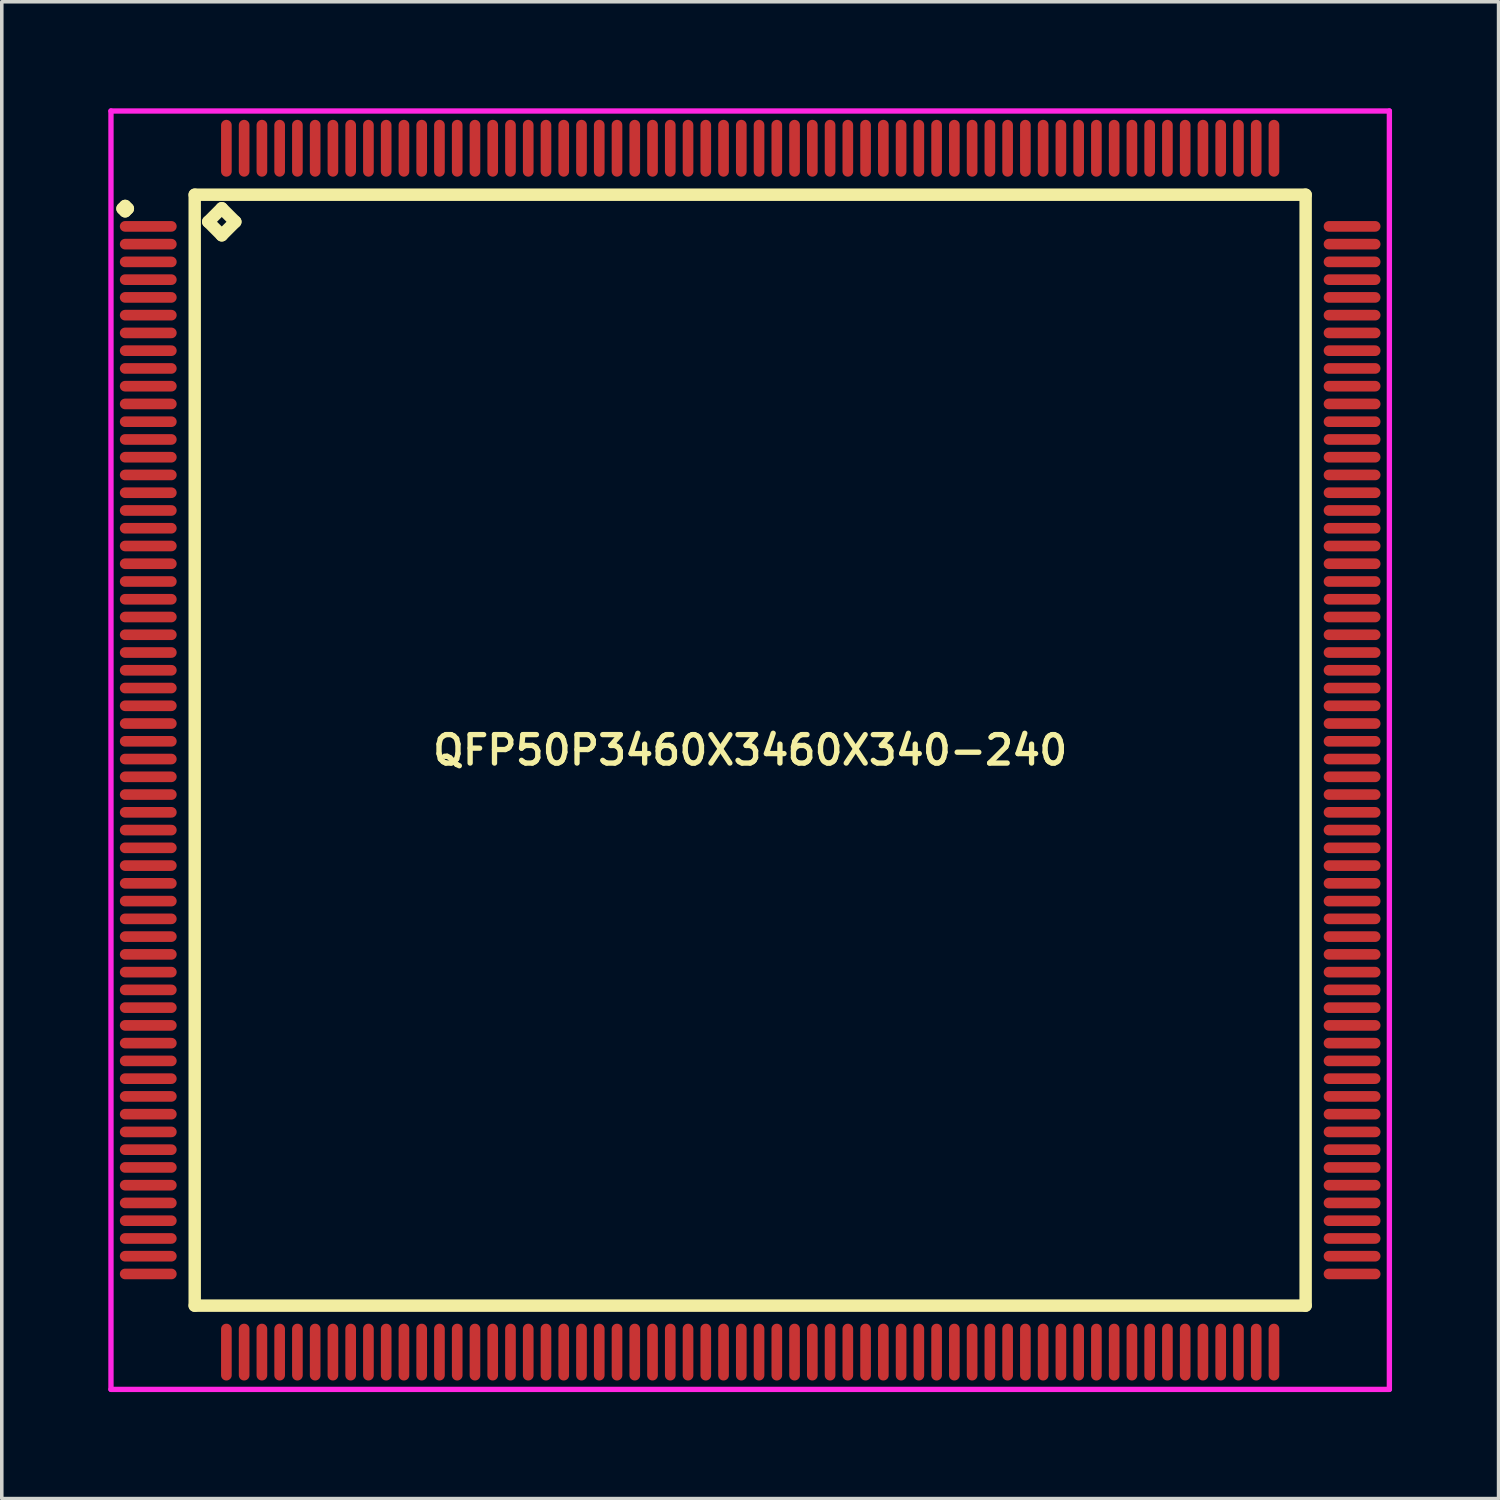
<source format=kicad_pcb>
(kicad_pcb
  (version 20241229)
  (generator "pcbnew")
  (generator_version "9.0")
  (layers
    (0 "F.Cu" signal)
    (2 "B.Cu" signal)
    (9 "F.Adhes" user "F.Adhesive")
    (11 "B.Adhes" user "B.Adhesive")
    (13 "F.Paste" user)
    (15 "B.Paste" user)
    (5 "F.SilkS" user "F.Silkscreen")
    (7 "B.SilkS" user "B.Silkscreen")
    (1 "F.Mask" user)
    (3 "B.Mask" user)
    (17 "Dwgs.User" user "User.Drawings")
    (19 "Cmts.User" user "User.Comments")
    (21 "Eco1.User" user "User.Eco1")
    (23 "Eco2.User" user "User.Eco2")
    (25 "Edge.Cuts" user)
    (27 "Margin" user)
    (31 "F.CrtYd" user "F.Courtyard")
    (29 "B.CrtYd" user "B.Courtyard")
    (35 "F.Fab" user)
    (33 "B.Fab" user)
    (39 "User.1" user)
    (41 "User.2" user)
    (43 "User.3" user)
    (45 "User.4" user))
  (footprint "QFP50P3460X3460X340-240"
    (layer "F.Cu")
    (at 18.075 18.075)
    (property "Reference" "QFP50P3460X3460X340-240" (at 0 0 0) (layer "F.SilkS") (effects (font (size 0.8 0.8) (thickness 0.15))))
    (attr smd)
    (fp_line (start -17.675 -15.25) (end -17.6 -15.325) (stroke (width 0.35) (type solid)) (layer "F.SilkS"))
    (fp_line (start -17.6 -15.325) (end -17.525 -15.25) (stroke (width 0.35) (type solid)) (layer "F.SilkS"))
    (fp_line (start -17.6 -15.175) (end -17.675 -15.25) (stroke (width 0.35) (type solid)) (layer "F.SilkS"))
    (fp_line (start -17.525 -15.25) (end -17.6 -15.175) (stroke (width 0.35) (type solid)) (layer "F.SilkS"))
    (fp_line (start -15.642 -15.642) (end -15.642 15.642) (stroke (width 0.35) (type solid)) (layer "F.SilkS"))
    (fp_line (start -15.642 15.642) (end 15.642 15.642) (stroke (width 0.35) (type solid)) (layer "F.SilkS"))
    (fp_line (start -15.261 -14.88) (end -14.88 -15.261) (stroke (width 0.35) (type solid)) (layer "F.SilkS"))
    (fp_line (start -14.88 -15.261) (end -14.499 -14.88) (stroke (width 0.35) (type solid)) (layer "F.SilkS"))
    (fp_line (start -14.88 -14.499) (end -15.261 -14.88) (stroke (width 0.35) (type solid)) (layer "F.SilkS"))
    (fp_line (start -14.499 -14.88) (end -14.88 -14.499) (stroke (width 0.35) (type solid)) (layer "F.SilkS"))
    (fp_line (start 15.642 -15.642) (end -15.642 -15.642) (stroke (width 0.35) (type solid)) (layer "F.SilkS"))
    (fp_line (start 15.642 15.642) (end 15.642 -15.642) (stroke (width 0.35) (type solid)) (layer "F.SilkS"))
    (fp_line (start -18 -18) (end 18 -18) (stroke (width 0.15) (type solid)) (layer "F.CrtYd"))
    (fp_line (start -18 18) (end -18 -18) (stroke (width 0.15) (type solid)) (layer "F.CrtYd"))
    (fp_line (start 18 -18) (end 18 18) (stroke (width 0.15) (type solid)) (layer "F.CrtYd"))
    (fp_line (start 18 18) (end -18 18) (stroke (width 0.15) (type solid)) (layer "F.CrtYd"))
    (pad "1" smd oval (at -16.95 -14.75) (size 1.6 0.3) (layers "F.Cu" "F.Mask" "F.Paste"))
    (pad "2" smd oval (at -16.95 -14.25) (size 1.6 0.3) (layers "F.Cu" "F.Mask" "F.Paste"))
    (pad "3" smd oval (at -16.95 -13.75) (size 1.6 0.3) (layers "F.Cu" "F.Mask" "F.Paste"))
    (pad "4" smd oval (at -16.95 -13.25) (size 1.6 0.3) (layers "F.Cu" "F.Mask" "F.Paste"))
    (pad "5" smd oval (at -16.95 -12.75) (size 1.6 0.3) (layers "F.Cu" "F.Mask" "F.Paste"))
    (pad "6" smd oval (at -16.95 -12.25) (size 1.6 0.3) (layers "F.Cu" "F.Mask" "F.Paste"))
    (pad "7" smd oval (at -16.95 -11.75) (size 1.6 0.3) (layers "F.Cu" "F.Mask" "F.Paste"))
    (pad "8" smd oval (at -16.95 -11.25) (size 1.6 0.3) (layers "F.Cu" "F.Mask" "F.Paste"))
    (pad "9" smd oval (at -16.95 -10.75) (size 1.6 0.3) (layers "F.Cu" "F.Mask" "F.Paste"))
    (pad "10" smd oval (at -16.95 -10.25) (size 1.6 0.3) (layers "F.Cu" "F.Mask" "F.Paste"))
    (pad "11" smd oval (at -16.95 -9.75) (size 1.6 0.3) (layers "F.Cu" "F.Mask" "F.Paste"))
    (pad "12" smd oval (at -16.95 -9.25) (size 1.6 0.3) (layers "F.Cu" "F.Mask" "F.Paste"))
    (pad "13" smd oval (at -16.95 -8.75) (size 1.6 0.3) (layers "F.Cu" "F.Mask" "F.Paste"))
    (pad "14" smd oval (at -16.95 -8.25) (size 1.6 0.3) (layers "F.Cu" "F.Mask" "F.Paste"))
    (pad "15" smd oval (at -16.95 -7.75) (size 1.6 0.3) (layers "F.Cu" "F.Mask" "F.Paste"))
    (pad "16" smd oval (at -16.95 -7.25) (size 1.6 0.3) (layers "F.Cu" "F.Mask" "F.Paste"))
    (pad "17" smd oval (at -16.95 -6.75) (size 1.6 0.3) (layers "F.Cu" "F.Mask" "F.Paste"))
    (pad "18" smd oval (at -16.95 -6.25) (size 1.6 0.3) (layers "F.Cu" "F.Mask" "F.Paste"))
    (pad "19" smd oval (at -16.95 -5.75) (size 1.6 0.3) (layers "F.Cu" "F.Mask" "F.Paste"))
    (pad "20" smd oval (at -16.95 -5.25) (size 1.6 0.3) (layers "F.Cu" "F.Mask" "F.Paste"))
    (pad "21" smd oval (at -16.95 -4.75) (size 1.6 0.3) (layers "F.Cu" "F.Mask" "F.Paste"))
    (pad "22" smd oval (at -16.95 -4.25) (size 1.6 0.3) (layers "F.Cu" "F.Mask" "F.Paste"))
    (pad "23" smd oval (at -16.95 -3.75) (size 1.6 0.3) (layers "F.Cu" "F.Mask" "F.Paste"))
    (pad "24" smd oval (at -16.95 -3.25) (size 1.6 0.3) (layers "F.Cu" "F.Mask" "F.Paste"))
    (pad "25" smd oval (at -16.95 -2.75) (size 1.6 0.3) (layers "F.Cu" "F.Mask" "F.Paste"))
    (pad "26" smd oval (at -16.95 -2.25) (size 1.6 0.3) (layers "F.Cu" "F.Mask" "F.Paste"))
    (pad "27" smd oval (at -16.95 -1.75) (size 1.6 0.3) (layers "F.Cu" "F.Mask" "F.Paste"))
    (pad "28" smd oval (at -16.95 -1.25) (size 1.6 0.3) (layers "F.Cu" "F.Mask" "F.Paste"))
    (pad "29" smd oval (at -16.95 -0.75) (size 1.6 0.3) (layers "F.Cu" "F.Mask" "F.Paste"))
    (pad "30" smd oval (at -16.95 -0.25) (size 1.6 0.3) (layers "F.Cu" "F.Mask" "F.Paste"))
    (pad "31" smd oval (at -16.95 0.25) (size 1.6 0.3) (layers "F.Cu" "F.Mask" "F.Paste"))
    (pad "32" smd oval (at -16.95 0.75) (size 1.6 0.3) (layers "F.Cu" "F.Mask" "F.Paste"))
    (pad "33" smd oval (at -16.95 1.25) (size 1.6 0.3) (layers "F.Cu" "F.Mask" "F.Paste"))
    (pad "34" smd oval (at -16.95 1.75) (size 1.6 0.3) (layers "F.Cu" "F.Mask" "F.Paste"))
    (pad "35" smd oval (at -16.95 2.25) (size 1.6 0.3) (layers "F.Cu" "F.Mask" "F.Paste"))
    (pad "36" smd oval (at -16.95 2.75) (size 1.6 0.3) (layers "F.Cu" "F.Mask" "F.Paste"))
    (pad "37" smd oval (at -16.95 3.25) (size 1.6 0.3) (layers "F.Cu" "F.Mask" "F.Paste"))
    (pad "38" smd oval (at -16.95 3.75) (size 1.6 0.3) (layers "F.Cu" "F.Mask" "F.Paste"))
    (pad "39" smd oval (at -16.95 4.25) (size 1.6 0.3) (layers "F.Cu" "F.Mask" "F.Paste"))
    (pad "40" smd oval (at -16.95 4.75) (size 1.6 0.3) (layers "F.Cu" "F.Mask" "F.Paste"))
    (pad "41" smd oval (at -16.95 5.25) (size 1.6 0.3) (layers "F.Cu" "F.Mask" "F.Paste"))
    (pad "42" smd oval (at -16.95 5.75) (size 1.6 0.3) (layers "F.Cu" "F.Mask" "F.Paste"))
    (pad "43" smd oval (at -16.95 6.25) (size 1.6 0.3) (layers "F.Cu" "F.Mask" "F.Paste"))
    (pad "44" smd oval (at -16.95 6.75) (size 1.6 0.3) (layers "F.Cu" "F.Mask" "F.Paste"))
    (pad "45" smd oval (at -16.95 7.25) (size 1.6 0.3) (layers "F.Cu" "F.Mask" "F.Paste"))
    (pad "46" smd oval (at -16.95 7.75) (size 1.6 0.3) (layers "F.Cu" "F.Mask" "F.Paste"))
    (pad "47" smd oval (at -16.95 8.25) (size 1.6 0.3) (layers "F.Cu" "F.Mask" "F.Paste"))
    (pad "48" smd oval (at -16.95 8.75) (size 1.6 0.3) (layers "F.Cu" "F.Mask" "F.Paste"))
    (pad "49" smd oval (at -16.95 9.25) (size 1.6 0.3) (layers "F.Cu" "F.Mask" "F.Paste"))
    (pad "50" smd oval (at -16.95 9.75) (size 1.6 0.3) (layers "F.Cu" "F.Mask" "F.Paste"))
    (pad "51" smd oval (at -16.95 10.25) (size 1.6 0.3) (layers "F.Cu" "F.Mask" "F.Paste"))
    (pad "52" smd oval (at -16.95 10.75) (size 1.6 0.3) (layers "F.Cu" "F.Mask" "F.Paste"))
    (pad "53" smd oval (at -16.95 11.25) (size 1.6 0.3) (layers "F.Cu" "F.Mask" "F.Paste"))
    (pad "54" smd oval (at -16.95 11.75) (size 1.6 0.3) (layers "F.Cu" "F.Mask" "F.Paste"))
    (pad "55" smd oval (at -16.95 12.25) (size 1.6 0.3) (layers "F.Cu" "F.Mask" "F.Paste"))
    (pad "56" smd oval (at -16.95 12.75) (size 1.6 0.3) (layers "F.Cu" "F.Mask" "F.Paste"))
    (pad "57" smd oval (at -16.95 13.25) (size 1.6 0.3) (layers "F.Cu" "F.Mask" "F.Paste"))
    (pad "58" smd oval (at -16.95 13.75) (size 1.6 0.3) (layers "F.Cu" "F.Mask" "F.Paste"))
    (pad "59" smd oval (at -16.95 14.25) (size 1.6 0.3) (layers "F.Cu" "F.Mask" "F.Paste"))
    (pad "60" smd oval (at -16.95 14.75) (size 1.6 0.3) (layers "F.Cu" "F.Mask" "F.Paste"))
    (pad "61" smd oval (at -14.75 16.95) (size 0.3 1.6) (layers "F.Cu" "F.Mask" "F.Paste"))
    (pad "62" smd oval (at -14.25 16.95) (size 0.3 1.6) (layers "F.Cu" "F.Mask" "F.Paste"))
    (pad "63" smd oval (at -13.75 16.95) (size 0.3 1.6) (layers "F.Cu" "F.Mask" "F.Paste"))
    (pad "64" smd oval (at -13.25 16.95) (size 0.3 1.6) (layers "F.Cu" "F.Mask" "F.Paste"))
    (pad "65" smd oval (at -12.75 16.95) (size 0.3 1.6) (layers "F.Cu" "F.Mask" "F.Paste"))
    (pad "66" smd oval (at -12.25 16.95) (size 0.3 1.6) (layers "F.Cu" "F.Mask" "F.Paste"))
    (pad "67" smd oval (at -11.75 16.95) (size 0.3 1.6) (layers "F.Cu" "F.Mask" "F.Paste"))
    (pad "68" smd oval (at -11.25 16.95) (size 0.3 1.6) (layers "F.Cu" "F.Mask" "F.Paste"))
    (pad "69" smd oval (at -10.75 16.95) (size 0.3 1.6) (layers "F.Cu" "F.Mask" "F.Paste"))
    (pad "70" smd oval (at -10.25 16.95) (size 0.3 1.6) (layers "F.Cu" "F.Mask" "F.Paste"))
    (pad "71" smd oval (at -9.75 16.95) (size 0.3 1.6) (layers "F.Cu" "F.Mask" "F.Paste"))
    (pad "72" smd oval (at -9.25 16.95) (size 0.3 1.6) (layers "F.Cu" "F.Mask" "F.Paste"))
    (pad "73" smd oval (at -8.75 16.95) (size 0.3 1.6) (layers "F.Cu" "F.Mask" "F.Paste"))
    (pad "74" smd oval (at -8.25 16.95) (size 0.3 1.6) (layers "F.Cu" "F.Mask" "F.Paste"))
    (pad "75" smd oval (at -7.75 16.95) (size 0.3 1.6) (layers "F.Cu" "F.Mask" "F.Paste"))
    (pad "76" smd oval (at -7.25 16.95) (size 0.3 1.6) (layers "F.Cu" "F.Mask" "F.Paste"))
    (pad "77" smd oval (at -6.75 16.95) (size 0.3 1.6) (layers "F.Cu" "F.Mask" "F.Paste"))
    (pad "78" smd oval (at -6.25 16.95) (size 0.3 1.6) (layers "F.Cu" "F.Mask" "F.Paste"))
    (pad "79" smd oval (at -5.75 16.95) (size 0.3 1.6) (layers "F.Cu" "F.Mask" "F.Paste"))
    (pad "80" smd oval (at -5.25 16.95) (size 0.3 1.6) (layers "F.Cu" "F.Mask" "F.Paste"))
    (pad "81" smd oval (at -4.75 16.95) (size 0.3 1.6) (layers "F.Cu" "F.Mask" "F.Paste"))
    (pad "82" smd oval (at -4.25 16.95) (size 0.3 1.6) (layers "F.Cu" "F.Mask" "F.Paste"))
    (pad "83" smd oval (at -3.75 16.95) (size 0.3 1.6) (layers "F.Cu" "F.Mask" "F.Paste"))
    (pad "84" smd oval (at -3.25 16.95) (size 0.3 1.6) (layers "F.Cu" "F.Mask" "F.Paste"))
    (pad "85" smd oval (at -2.75 16.95) (size 0.3 1.6) (layers "F.Cu" "F.Mask" "F.Paste"))
    (pad "86" smd oval (at -2.25 16.95) (size 0.3 1.6) (layers "F.Cu" "F.Mask" "F.Paste"))
    (pad "87" smd oval (at -1.75 16.95) (size 0.3 1.6) (layers "F.Cu" "F.Mask" "F.Paste"))
    (pad "88" smd oval (at -1.25 16.95) (size 0.3 1.6) (layers "F.Cu" "F.Mask" "F.Paste"))
    (pad "89" smd oval (at -0.75 16.95) (size 0.3 1.6) (layers "F.Cu" "F.Mask" "F.Paste"))
    (pad "90" smd oval (at -0.25 16.95) (size 0.3 1.6) (layers "F.Cu" "F.Mask" "F.Paste"))
    (pad "91" smd oval (at 0.25 16.95) (size 0.3 1.6) (layers "F.Cu" "F.Mask" "F.Paste"))
    (pad "92" smd oval (at 0.75 16.95) (size 0.3 1.6) (layers "F.Cu" "F.Mask" "F.Paste"))
    (pad "93" smd oval (at 1.25 16.95) (size 0.3 1.6) (layers "F.Cu" "F.Mask" "F.Paste"))
    (pad "94" smd oval (at 1.75 16.95) (size 0.3 1.6) (layers "F.Cu" "F.Mask" "F.Paste"))
    (pad "95" smd oval (at 2.25 16.95) (size 0.3 1.6) (layers "F.Cu" "F.Mask" "F.Paste"))
    (pad "96" smd oval (at 2.75 16.95) (size 0.3 1.6) (layers "F.Cu" "F.Mask" "F.Paste"))
    (pad "97" smd oval (at 3.25 16.95) (size 0.3 1.6) (layers "F.Cu" "F.Mask" "F.Paste"))
    (pad "98" smd oval (at 3.75 16.95) (size 0.3 1.6) (layers "F.Cu" "F.Mask" "F.Paste"))
    (pad "99" smd oval (at 4.25 16.95) (size 0.3 1.6) (layers "F.Cu" "F.Mask" "F.Paste"))
    (pad "100" smd oval (at 4.75 16.95) (size 0.3 1.6) (layers "F.Cu" "F.Mask" "F.Paste"))
    (pad "101" smd oval (at 5.25 16.95) (size 0.3 1.6) (layers "F.Cu" "F.Mask" "F.Paste"))
    (pad "102" smd oval (at 5.75 16.95) (size 0.3 1.6) (layers "F.Cu" "F.Mask" "F.Paste"))
    (pad "103" smd oval (at 6.25 16.95) (size 0.3 1.6) (layers "F.Cu" "F.Mask" "F.Paste"))
    (pad "104" smd oval (at 6.75 16.95) (size 0.3 1.6) (layers "F.Cu" "F.Mask" "F.Paste"))
    (pad "105" smd oval (at 7.25 16.95) (size 0.3 1.6) (layers "F.Cu" "F.Mask" "F.Paste"))
    (pad "106" smd oval (at 7.75 16.95) (size 0.3 1.6) (layers "F.Cu" "F.Mask" "F.Paste"))
    (pad "107" smd oval (at 8.25 16.95) (size 0.3 1.6) (layers "F.Cu" "F.Mask" "F.Paste"))
    (pad "108" smd oval (at 8.75 16.95) (size 0.3 1.6) (layers "F.Cu" "F.Mask" "F.Paste"))
    (pad "109" smd oval (at 9.25 16.95) (size 0.3 1.6) (layers "F.Cu" "F.Mask" "F.Paste"))
    (pad "110" smd oval (at 9.75 16.95) (size 0.3 1.6) (layers "F.Cu" "F.Mask" "F.Paste"))
    (pad "111" smd oval (at 10.25 16.95) (size 0.3 1.6) (layers "F.Cu" "F.Mask" "F.Paste"))
    (pad "112" smd oval (at 10.75 16.95) (size 0.3 1.6) (layers "F.Cu" "F.Mask" "F.Paste"))
    (pad "113" smd oval (at 11.25 16.95) (size 0.3 1.6) (layers "F.Cu" "F.Mask" "F.Paste"))
    (pad "114" smd oval (at 11.75 16.95) (size 0.3 1.6) (layers "F.Cu" "F.Mask" "F.Paste"))
    (pad "115" smd oval (at 12.25 16.95) (size 0.3 1.6) (layers "F.Cu" "F.Mask" "F.Paste"))
    (pad "116" smd oval (at 12.75 16.95) (size 0.3 1.6) (layers "F.Cu" "F.Mask" "F.Paste"))
    (pad "117" smd oval (at 13.25 16.95) (size 0.3 1.6) (layers "F.Cu" "F.Mask" "F.Paste"))
    (pad "118" smd oval (at 13.75 16.95) (size 0.3 1.6) (layers "F.Cu" "F.Mask" "F.Paste"))
    (pad "119" smd oval (at 14.25 16.95) (size 0.3 1.6) (layers "F.Cu" "F.Mask" "F.Paste"))
    (pad "120" smd oval (at 14.75 16.95) (size 0.3 1.6) (layers "F.Cu" "F.Mask" "F.Paste"))
    (pad "121" smd oval (at 16.95 14.75) (size 1.6 0.3) (layers "F.Cu" "F.Mask" "F.Paste"))
    (pad "122" smd oval (at 16.95 14.25) (size 1.6 0.3) (layers "F.Cu" "F.Mask" "F.Paste"))
    (pad "123" smd oval (at 16.95 13.75) (size 1.6 0.3) (layers "F.Cu" "F.Mask" "F.Paste"))
    (pad "124" smd oval (at 16.95 13.25) (size 1.6 0.3) (layers "F.Cu" "F.Mask" "F.Paste"))
    (pad "125" smd oval (at 16.95 12.75) (size 1.6 0.3) (layers "F.Cu" "F.Mask" "F.Paste"))
    (pad "126" smd oval (at 16.95 12.25) (size 1.6 0.3) (layers "F.Cu" "F.Mask" "F.Paste"))
    (pad "127" smd oval (at 16.95 11.75) (size 1.6 0.3) (layers "F.Cu" "F.Mask" "F.Paste"))
    (pad "128" smd oval (at 16.95 11.25) (size 1.6 0.3) (layers "F.Cu" "F.Mask" "F.Paste"))
    (pad "129" smd oval (at 16.95 10.75) (size 1.6 0.3) (layers "F.Cu" "F.Mask" "F.Paste"))
    (pad "130" smd oval (at 16.95 10.25) (size 1.6 0.3) (layers "F.Cu" "F.Mask" "F.Paste"))
    (pad "131" smd oval (at 16.95 9.75) (size 1.6 0.3) (layers "F.Cu" "F.Mask" "F.Paste"))
    (pad "132" smd oval (at 16.95 9.25) (size 1.6 0.3) (layers "F.Cu" "F.Mask" "F.Paste"))
    (pad "133" smd oval (at 16.95 8.75) (size 1.6 0.3) (layers "F.Cu" "F.Mask" "F.Paste"))
    (pad "134" smd oval (at 16.95 8.25) (size 1.6 0.3) (layers "F.Cu" "F.Mask" "F.Paste"))
    (pad "135" smd oval (at 16.95 7.75) (size 1.6 0.3) (layers "F.Cu" "F.Mask" "F.Paste"))
    (pad "136" smd oval (at 16.95 7.25) (size 1.6 0.3) (layers "F.Cu" "F.Mask" "F.Paste"))
    (pad "137" smd oval (at 16.95 6.75) (size 1.6 0.3) (layers "F.Cu" "F.Mask" "F.Paste"))
    (pad "138" smd oval (at 16.95 6.25) (size 1.6 0.3) (layers "F.Cu" "F.Mask" "F.Paste"))
    (pad "139" smd oval (at 16.95 5.75) (size 1.6 0.3) (layers "F.Cu" "F.Mask" "F.Paste"))
    (pad "140" smd oval (at 16.95 5.25) (size 1.6 0.3) (layers "F.Cu" "F.Mask" "F.Paste"))
    (pad "141" smd oval (at 16.95 4.75) (size 1.6 0.3) (layers "F.Cu" "F.Mask" "F.Paste"))
    (pad "142" smd oval (at 16.95 4.25) (size 1.6 0.3) (layers "F.Cu" "F.Mask" "F.Paste"))
    (pad "143" smd oval (at 16.95 3.75) (size 1.6 0.3) (layers "F.Cu" "F.Mask" "F.Paste"))
    (pad "144" smd oval (at 16.95 3.25) (size 1.6 0.3) (layers "F.Cu" "F.Mask" "F.Paste"))
    (pad "145" smd oval (at 16.95 2.75) (size 1.6 0.3) (layers "F.Cu" "F.Mask" "F.Paste"))
    (pad "146" smd oval (at 16.95 2.25) (size 1.6 0.3) (layers "F.Cu" "F.Mask" "F.Paste"))
    (pad "147" smd oval (at 16.95 1.75) (size 1.6 0.3) (layers "F.Cu" "F.Mask" "F.Paste"))
    (pad "148" smd oval (at 16.95 1.25) (size 1.6 0.3) (layers "F.Cu" "F.Mask" "F.Paste"))
    (pad "149" smd oval (at 16.95 0.75) (size 1.6 0.3) (layers "F.Cu" "F.Mask" "F.Paste"))
    (pad "150" smd oval (at 16.95 0.25) (size 1.6 0.3) (layers "F.Cu" "F.Mask" "F.Paste"))
    (pad "151" smd oval (at 16.95 -0.25) (size 1.6 0.3) (layers "F.Cu" "F.Mask" "F.Paste"))
    (pad "152" smd oval (at 16.95 -0.75) (size 1.6 0.3) (layers "F.Cu" "F.Mask" "F.Paste"))
    (pad "153" smd oval (at 16.95 -1.25) (size 1.6 0.3) (layers "F.Cu" "F.Mask" "F.Paste"))
    (pad "154" smd oval (at 16.95 -1.75) (size 1.6 0.3) (layers "F.Cu" "F.Mask" "F.Paste"))
    (pad "155" smd oval (at 16.95 -2.25) (size 1.6 0.3) (layers "F.Cu" "F.Mask" "F.Paste"))
    (pad "156" smd oval (at 16.95 -2.75) (size 1.6 0.3) (layers "F.Cu" "F.Mask" "F.Paste"))
    (pad "157" smd oval (at 16.95 -3.25) (size 1.6 0.3) (layers "F.Cu" "F.Mask" "F.Paste"))
    (pad "158" smd oval (at 16.95 -3.75) (size 1.6 0.3) (layers "F.Cu" "F.Mask" "F.Paste"))
    (pad "159" smd oval (at 16.95 -4.25) (size 1.6 0.3) (layers "F.Cu" "F.Mask" "F.Paste"))
    (pad "160" smd oval (at 16.95 -4.75) (size 1.6 0.3) (layers "F.Cu" "F.Mask" "F.Paste"))
    (pad "161" smd oval (at 16.95 -5.25) (size 1.6 0.3) (layers "F.Cu" "F.Mask" "F.Paste"))
    (pad "162" smd oval (at 16.95 -5.75) (size 1.6 0.3) (layers "F.Cu" "F.Mask" "F.Paste"))
    (pad "163" smd oval (at 16.95 -6.25) (size 1.6 0.3) (layers "F.Cu" "F.Mask" "F.Paste"))
    (pad "164" smd oval (at 16.95 -6.75) (size 1.6 0.3) (layers "F.Cu" "F.Mask" "F.Paste"))
    (pad "165" smd oval (at 16.95 -7.25) (size 1.6 0.3) (layers "F.Cu" "F.Mask" "F.Paste"))
    (pad "166" smd oval (at 16.95 -7.75) (size 1.6 0.3) (layers "F.Cu" "F.Mask" "F.Paste"))
    (pad "167" smd oval (at 16.95 -8.25) (size 1.6 0.3) (layers "F.Cu" "F.Mask" "F.Paste"))
    (pad "168" smd oval (at 16.95 -8.75) (size 1.6 0.3) (layers "F.Cu" "F.Mask" "F.Paste"))
    (pad "169" smd oval (at 16.95 -9.25) (size 1.6 0.3) (layers "F.Cu" "F.Mask" "F.Paste"))
    (pad "170" smd oval (at 16.95 -9.75) (size 1.6 0.3) (layers "F.Cu" "F.Mask" "F.Paste"))
    (pad "171" smd oval (at 16.95 -10.25) (size 1.6 0.3) (layers "F.Cu" "F.Mask" "F.Paste"))
    (pad "172" smd oval (at 16.95 -10.75) (size 1.6 0.3) (layers "F.Cu" "F.Mask" "F.Paste"))
    (pad "173" smd oval (at 16.95 -11.25) (size 1.6 0.3) (layers "F.Cu" "F.Mask" "F.Paste"))
    (pad "174" smd oval (at 16.95 -11.75) (size 1.6 0.3) (layers "F.Cu" "F.Mask" "F.Paste"))
    (pad "175" smd oval (at 16.95 -12.25) (size 1.6 0.3) (layers "F.Cu" "F.Mask" "F.Paste"))
    (pad "176" smd oval (at 16.95 -12.75) (size 1.6 0.3) (layers "F.Cu" "F.Mask" "F.Paste"))
    (pad "177" smd oval (at 16.95 -13.25) (size 1.6 0.3) (layers "F.Cu" "F.Mask" "F.Paste"))
    (pad "178" smd oval (at 16.95 -13.75) (size 1.6 0.3) (layers "F.Cu" "F.Mask" "F.Paste"))
    (pad "179" smd oval (at 16.95 -14.25) (size 1.6 0.3) (layers "F.Cu" "F.Mask" "F.Paste"))
    (pad "180" smd oval (at 16.95 -14.75) (size 1.6 0.3) (layers "F.Cu" "F.Mask" "F.Paste"))
    (pad "181" smd oval (at 14.75 -16.95) (size 0.3 1.6) (layers "F.Cu" "F.Mask" "F.Paste"))
    (pad "182" smd oval (at 14.25 -16.95) (size 0.3 1.6) (layers "F.Cu" "F.Mask" "F.Paste"))
    (pad "183" smd oval (at 13.75 -16.95) (size 0.3 1.6) (layers "F.Cu" "F.Mask" "F.Paste"))
    (pad "184" smd oval (at 13.25 -16.95) (size 0.3 1.6) (layers "F.Cu" "F.Mask" "F.Paste"))
    (pad "185" smd oval (at 12.75 -16.95) (size 0.3 1.6) (layers "F.Cu" "F.Mask" "F.Paste"))
    (pad "186" smd oval (at 12.25 -16.95) (size 0.3 1.6) (layers "F.Cu" "F.Mask" "F.Paste"))
    (pad "187" smd oval (at 11.75 -16.95) (size 0.3 1.6) (layers "F.Cu" "F.Mask" "F.Paste"))
    (pad "188" smd oval (at 11.25 -16.95) (size 0.3 1.6) (layers "F.Cu" "F.Mask" "F.Paste"))
    (pad "189" smd oval (at 10.75 -16.95) (size 0.3 1.6) (layers "F.Cu" "F.Mask" "F.Paste"))
    (pad "190" smd oval (at 10.25 -16.95) (size 0.3 1.6) (layers "F.Cu" "F.Mask" "F.Paste"))
    (pad "191" smd oval (at 9.75 -16.95) (size 0.3 1.6) (layers "F.Cu" "F.Mask" "F.Paste"))
    (pad "192" smd oval (at 9.25 -16.95) (size 0.3 1.6) (layers "F.Cu" "F.Mask" "F.Paste"))
    (pad "193" smd oval (at 8.75 -16.95) (size 0.3 1.6) (layers "F.Cu" "F.Mask" "F.Paste"))
    (pad "194" smd oval (at 8.25 -16.95) (size 0.3 1.6) (layers "F.Cu" "F.Mask" "F.Paste"))
    (pad "195" smd oval (at 7.75 -16.95) (size 0.3 1.6) (layers "F.Cu" "F.Mask" "F.Paste"))
    (pad "196" smd oval (at 7.25 -16.95) (size 0.3 1.6) (layers "F.Cu" "F.Mask" "F.Paste"))
    (pad "197" smd oval (at 6.75 -16.95) (size 0.3 1.6) (layers "F.Cu" "F.Mask" "F.Paste"))
    (pad "198" smd oval (at 6.25 -16.95) (size 0.3 1.6) (layers "F.Cu" "F.Mask" "F.Paste"))
    (pad "199" smd oval (at 5.75 -16.95) (size 0.3 1.6) (layers "F.Cu" "F.Mask" "F.Paste"))
    (pad "200" smd oval (at 5.25 -16.95) (size 0.3 1.6) (layers "F.Cu" "F.Mask" "F.Paste"))
    (pad "201" smd oval (at 4.75 -16.95) (size 0.3 1.6) (layers "F.Cu" "F.Mask" "F.Paste"))
    (pad "202" smd oval (at 4.25 -16.95) (size 0.3 1.6) (layers "F.Cu" "F.Mask" "F.Paste"))
    (pad "203" smd oval (at 3.75 -16.95) (size 0.3 1.6) (layers "F.Cu" "F.Mask" "F.Paste"))
    (pad "204" smd oval (at 3.25 -16.95) (size 0.3 1.6) (layers "F.Cu" "F.Mask" "F.Paste"))
    (pad "205" smd oval (at 2.75 -16.95) (size 0.3 1.6) (layers "F.Cu" "F.Mask" "F.Paste"))
    (pad "206" smd oval (at 2.25 -16.95) (size 0.3 1.6) (layers "F.Cu" "F.Mask" "F.Paste"))
    (pad "207" smd oval (at 1.75 -16.95) (size 0.3 1.6) (layers "F.Cu" "F.Mask" "F.Paste"))
    (pad "208" smd oval (at 1.25 -16.95) (size 0.3 1.6) (layers "F.Cu" "F.Mask" "F.Paste"))
    (pad "209" smd oval (at 0.75 -16.95) (size 0.3 1.6) (layers "F.Cu" "F.Mask" "F.Paste"))
    (pad "210" smd oval (at 0.25 -16.95) (size 0.3 1.6) (layers "F.Cu" "F.Mask" "F.Paste"))
    (pad "211" smd oval (at -0.25 -16.95) (size 0.3 1.6) (layers "F.Cu" "F.Mask" "F.Paste"))
    (pad "212" smd oval (at -0.75 -16.95) (size 0.3 1.6) (layers "F.Cu" "F.Mask" "F.Paste"))
    (pad "213" smd oval (at -1.25 -16.95) (size 0.3 1.6) (layers "F.Cu" "F.Mask" "F.Paste"))
    (pad "214" smd oval (at -1.75 -16.95) (size 0.3 1.6) (layers "F.Cu" "F.Mask" "F.Paste"))
    (pad "215" smd oval (at -2.25 -16.95) (size 0.3 1.6) (layers "F.Cu" "F.Mask" "F.Paste"))
    (pad "216" smd oval (at -2.75 -16.95) (size 0.3 1.6) (layers "F.Cu" "F.Mask" "F.Paste"))
    (pad "217" smd oval (at -3.25 -16.95) (size 0.3 1.6) (layers "F.Cu" "F.Mask" "F.Paste"))
    (pad "218" smd oval (at -3.75 -16.95) (size 0.3 1.6) (layers "F.Cu" "F.Mask" "F.Paste"))
    (pad "219" smd oval (at -4.25 -16.95) (size 0.3 1.6) (layers "F.Cu" "F.Mask" "F.Paste"))
    (pad "220" smd oval (at -4.75 -16.95) (size 0.3 1.6) (layers "F.Cu" "F.Mask" "F.Paste"))
    (pad "221" smd oval (at -5.25 -16.95) (size 0.3 1.6) (layers "F.Cu" "F.Mask" "F.Paste"))
    (pad "222" smd oval (at -5.75 -16.95) (size 0.3 1.6) (layers "F.Cu" "F.Mask" "F.Paste"))
    (pad "223" smd oval (at -6.25 -16.95) (size 0.3 1.6) (layers "F.Cu" "F.Mask" "F.Paste"))
    (pad "224" smd oval (at -6.75 -16.95) (size 0.3 1.6) (layers "F.Cu" "F.Mask" "F.Paste"))
    (pad "225" smd oval (at -7.25 -16.95) (size 0.3 1.6) (layers "F.Cu" "F.Mask" "F.Paste"))
    (pad "226" smd oval (at -7.75 -16.95) (size 0.3 1.6) (layers "F.Cu" "F.Mask" "F.Paste"))
    (pad "227" smd oval (at -8.25 -16.95) (size 0.3 1.6) (layers "F.Cu" "F.Mask" "F.Paste"))
    (pad "228" smd oval (at -8.75 -16.95) (size 0.3 1.6) (layers "F.Cu" "F.Mask" "F.Paste"))
    (pad "229" smd oval (at -9.25 -16.95) (size 0.3 1.6) (layers "F.Cu" "F.Mask" "F.Paste"))
    (pad "230" smd oval (at -9.75 -16.95) (size 0.3 1.6) (layers "F.Cu" "F.Mask" "F.Paste"))
    (pad "231" smd oval (at -10.25 -16.95) (size 0.3 1.6) (layers "F.Cu" "F.Mask" "F.Paste"))
    (pad "232" smd oval (at -10.75 -16.95) (size 0.3 1.6) (layers "F.Cu" "F.Mask" "F.Paste"))
    (pad "233" smd oval (at -11.25 -16.95) (size 0.3 1.6) (layers "F.Cu" "F.Mask" "F.Paste"))
    (pad "234" smd oval (at -11.75 -16.95) (size 0.3 1.6) (layers "F.Cu" "F.Mask" "F.Paste"))
    (pad "235" smd oval (at -12.25 -16.95) (size 0.3 1.6) (layers "F.Cu" "F.Mask" "F.Paste"))
    (pad "236" smd oval (at -12.75 -16.95) (size 0.3 1.6) (layers "F.Cu" "F.Mask" "F.Paste"))
    (pad "237" smd oval (at -13.25 -16.95) (size 0.3 1.6) (layers "F.Cu" "F.Mask" "F.Paste"))
    (pad "238" smd oval (at -13.75 -16.95) (size 0.3 1.6) (layers "F.Cu" "F.Mask" "F.Paste"))
    (pad "239" smd oval (at -14.25 -16.95) (size 0.3 1.6) (layers "F.Cu" "F.Mask" "F.Paste"))
    (pad "240" smd oval (at -14.75 -16.95) (size 0.3 1.6) (layers "F.Cu" "F.Mask" "F.Paste")))
  (gr_rect
    (start -3 -3)
    (end 39.15 39.15)
    (stroke (width 0.1) (type default))
    (fill no)
    (layer "Edge.Cuts")))
</source>
